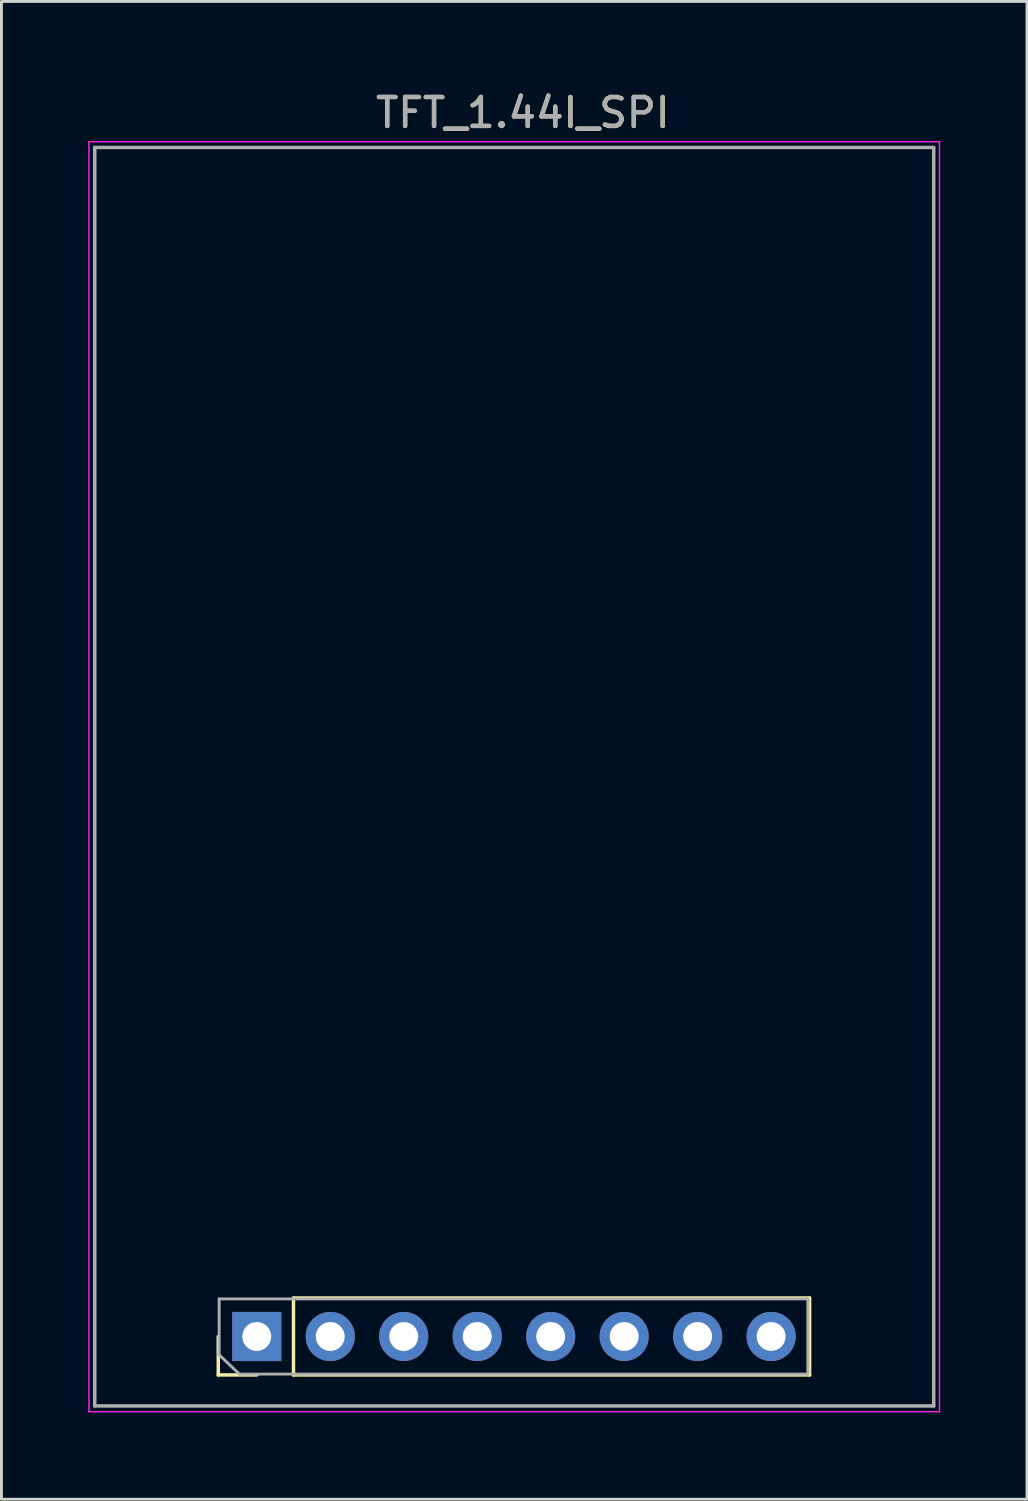
<source format=kicad_pcb>
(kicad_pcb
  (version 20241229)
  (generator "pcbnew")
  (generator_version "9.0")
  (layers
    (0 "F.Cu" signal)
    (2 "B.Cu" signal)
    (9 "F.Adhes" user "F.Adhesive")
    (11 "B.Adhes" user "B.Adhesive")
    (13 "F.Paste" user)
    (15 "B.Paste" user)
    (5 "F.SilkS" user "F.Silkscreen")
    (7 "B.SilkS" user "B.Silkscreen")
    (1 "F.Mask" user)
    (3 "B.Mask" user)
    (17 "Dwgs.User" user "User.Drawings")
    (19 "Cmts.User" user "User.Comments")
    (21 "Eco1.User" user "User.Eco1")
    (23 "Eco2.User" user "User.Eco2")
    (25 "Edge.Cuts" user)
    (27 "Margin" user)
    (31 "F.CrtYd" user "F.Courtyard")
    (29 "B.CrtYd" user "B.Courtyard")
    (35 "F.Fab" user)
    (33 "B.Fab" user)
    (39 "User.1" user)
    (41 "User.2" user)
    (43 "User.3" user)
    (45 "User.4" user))
  (footprint "TFT_1.44I_SPI"
    (layer "F.Cu")
    (at 5.825 43.148)
    (property "Reference" "TFT_1.44I_SPI" (at 9.2 -42.3 0) (layer "F.SilkS") (effects (font (size 1 1) (thickness 0.15))))
    (attr through_hole)
    (fp_line (start -1.33 1.33) (end -1.33 0) (stroke (width 0.12) (type solid)) (layer "F.SilkS"))
    (fp_line (start 0 1.33) (end -1.33 1.33) (stroke (width 0.12) (type solid)) (layer "F.SilkS"))
    (fp_line (start 1.27 -1.33) (end 19.11 -1.33) (stroke (width 0.12) (type solid)) (layer "F.SilkS"))
    (fp_line (start 1.27 1.33) (end 1.27 -1.33) (stroke (width 0.12) (type solid)) (layer "F.SilkS"))
    (fp_line (start 1.27 1.33) (end 19.11 1.33) (stroke (width 0.12) (type solid)) (layer "F.SilkS"))
    (fp_line (start 19.11 1.33) (end 19.11 -1.33) (stroke (width 0.12) (type solid)) (layer "F.SilkS"))
    (fp_line (start -5.8 -41.3) (end -5.8 2.6) (stroke (width 0.05) (type solid)) (layer "F.CrtYd"))
    (fp_line (start -5.8 2.6) (end 23.6 2.6) (stroke (width 0.05) (type solid)) (layer "F.CrtYd"))
    (fp_line (start 23.6 -41.3) (end -5.8 -41.3) (stroke (width 0.05) (type solid)) (layer "F.CrtYd"))
    (fp_line (start 23.6 2.6) (end 23.6 -41.3) (stroke (width 0.05) (type solid)) (layer "F.CrtYd"))
    (fp_line (start -5.6 -41.1) (end 23.4 -41.1) (stroke (width 0.12) (type solid)) (layer "F.Fab"))
    (fp_line (start -5.6 2.4) (end -5.6 -41.1) (stroke (width 0.12) (type solid)) (layer "F.Fab"))
    (fp_line (start -1.3 -1.3) (end 19.05 -1.3) (stroke (width 0.1) (type solid)) (layer "F.Fab"))
    (fp_line (start -1.3 0.635) (end -1.3 -1.3) (stroke (width 0.1) (type solid)) (layer "F.Fab"))
    (fp_line (start -0.6 1.3) (end -1.3 0.635) (stroke (width 0.1) (type solid)) (layer "F.Fab"))
    (fp_line (start 19.05 -1.3) (end 19.05 1.3) (stroke (width 0.1) (type solid)) (layer "F.Fab"))
    (fp_line (start 19.05 1.3) (end -0.6 1.3) (stroke (width 0.1) (type solid)) (layer "F.Fab"))
    (fp_line (start 23.4 -41.1) (end 23.4 2.4) (stroke (width 0.12) (type solid)) (layer "F.Fab"))
    (fp_line (start 23.4 2.4) (end -5.6 2.4) (stroke (width 0.12) (type solid)) (layer "F.Fab"))
    (fp_text user "${REFERENCE}" (at 9.2 -42.3 0) (layer "F.Fab") (effects (font (size 1 1) (thickness 0.15))))
    (pad "1" thru_hole rect (at 0 0 90) (size 1.7 1.7) (drill 1) (layers "*.Cu" "*.Mask"))
    (pad "2" thru_hole oval (at 2.54 0 90) (size 1.7 1.7) (drill 1) (layers "*.Cu" "*.Mask"))
    (pad "3" thru_hole oval (at 5.08 0 90) (size 1.7 1.7) (drill 1) (layers "*.Cu" "*.Mask"))
    (pad "4" thru_hole oval (at 7.62 0 90) (size 1.7 1.7) (drill 1) (layers "*.Cu" "*.Mask"))
    (pad "5" thru_hole oval (at 10.16 0 90) (size 1.7 1.7) (drill 1) (layers "*.Cu" "*.Mask"))
    (pad "6" thru_hole oval (at 12.7 0 90) (size 1.7 1.7) (drill 1) (layers "*.Cu" "*.Mask"))
    (pad "7" thru_hole oval (at 15.24 0 90) (size 1.7 1.7) (drill 1) (layers "*.Cu" "*.Mask"))
    (pad "8" thru_hole oval (at 17.78 0 90) (size 1.7 1.7) (drill 1) (layers "*.Cu" "*.Mask")))
  (gr_rect
    (start -3 -3)
    (end 32.45 48.773)
    (stroke (width 0.1) (type default))
    (fill no)
    (layer "Edge.Cuts")))
</source>
